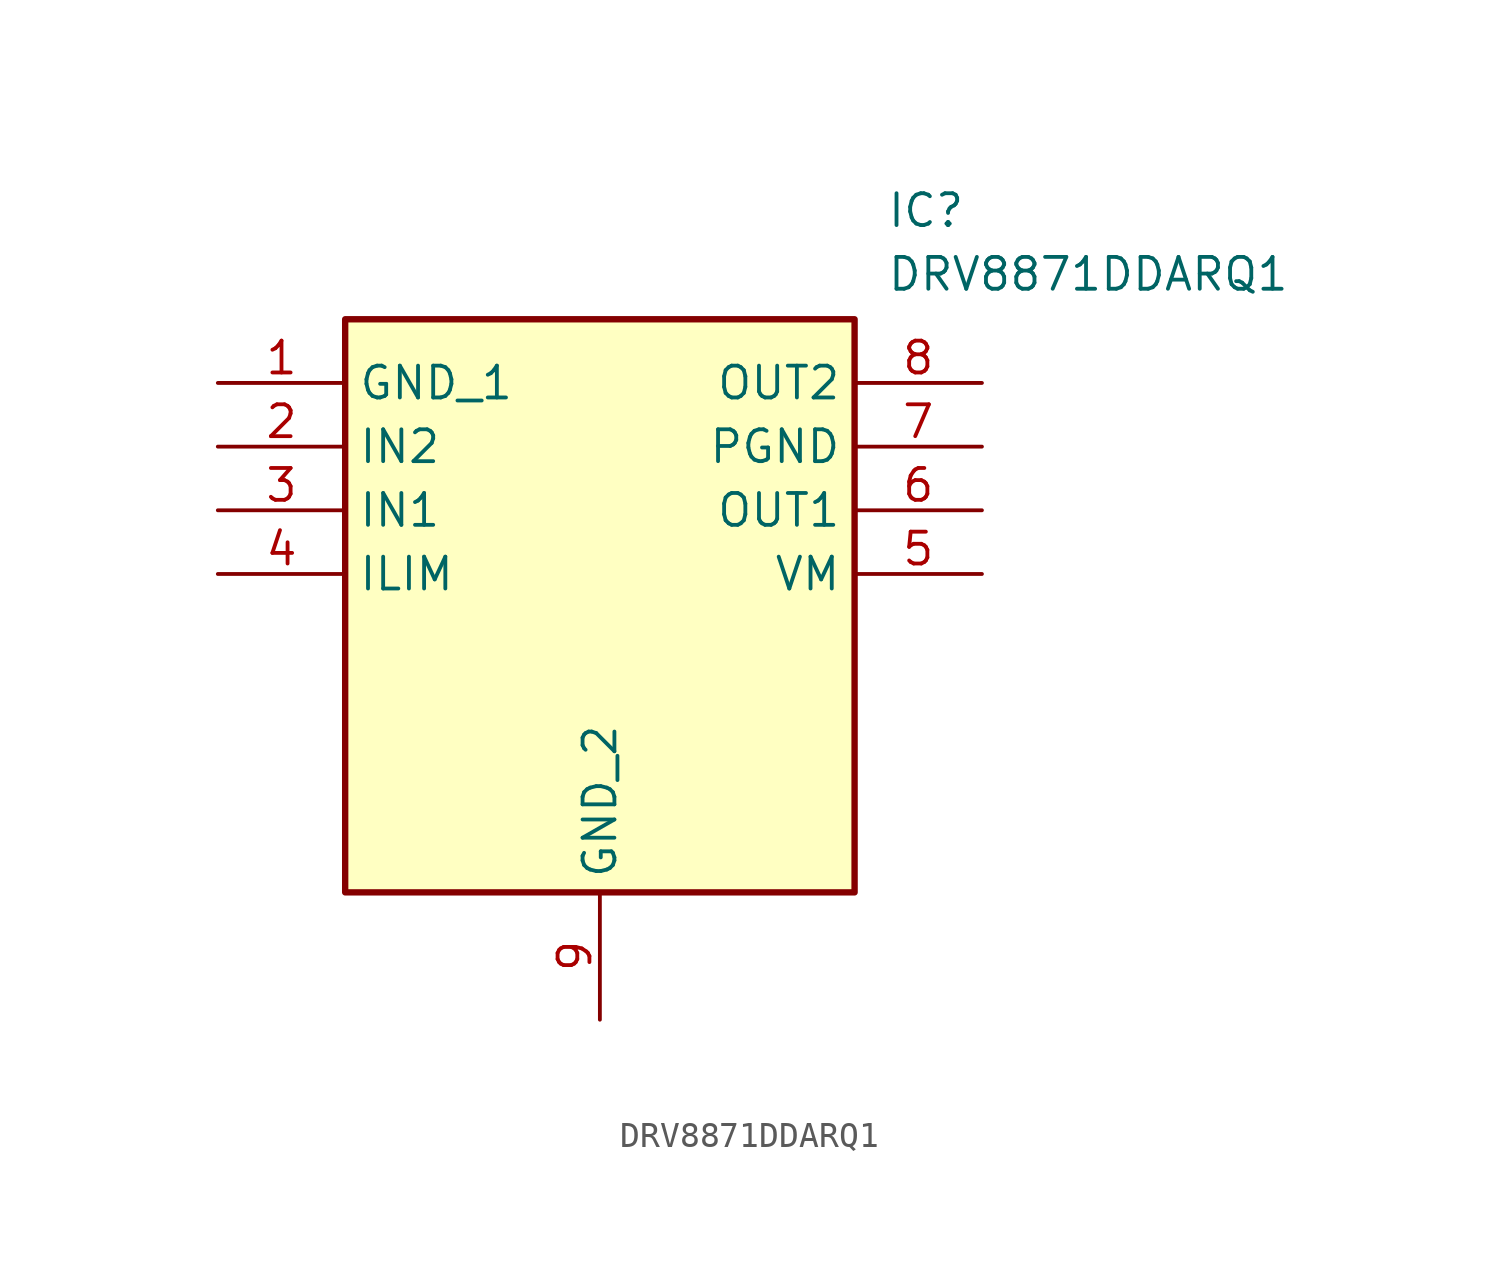
<source format=kicad_sym>
(kicad_symbol_lib
  (version 20211014)
  (generator SamacSys_ECAD_Model)
  (symbol "DRV8871DDARQ1"
    (property "Reference" "IC"
      (at 26.67 7.62 0)
      (effects (font (size 1.27 1.27)) (justify left top)))
    (property "Value" "DRV8871DDARQ1"
      (at 26.67 5.08 0)
      (effects (font (size 1.27 1.27)) (justify left top)))
    (rectangle
      (start 5.08 2.54)
      (end 25.4 -20.32)
      (stroke (width 0.254) (type default))
      (fill (type background)))
    (pin passive line
      (at 0 0 0)
      (length 5.08)
      (name "GND_1" (effects (font (size 1.27 1.27))))
      (number "1" (effects (font (size 1.27 1.27)))))
    (pin passive line
      (at 0 -2.54 0)
      (length 5.08)
      (name "IN2" (effects (font (size 1.27 1.27))))
      (number "2" (effects (font (size 1.27 1.27)))))
    (pin passive line
      (at 0 -5.08 0)
      (length 5.08)
      (name "IN1" (effects (font (size 1.27 1.27))))
      (number "3" (effects (font (size 1.27 1.27)))))
    (pin passive line
      (at 0 -7.62 0)
      (length 5.08)
      (name "ILIM" (effects (font (size 1.27 1.27))))
      (number "4" (effects (font (size 1.27 1.27)))))
    (pin passive line
      (at 15.24 -25.4 90)
      (length 5.08)
      (name "GND_2" (effects (font (size 1.27 1.27))))
      (number "9" (effects (font (size 1.27 1.27)))))
    (pin passive line
      (at 30.48 0 180)
      (length 5.08)
      (name "OUT2" (effects (font (size 1.27 1.27))))
      (number "8" (effects (font (size 1.27 1.27)))))
    (pin passive line
      (at 30.48 -2.54 180)
      (length 5.08)
      (name "PGND" (effects (font (size 1.27 1.27))))
      (number "7" (effects (font (size 1.27 1.27)))))
    (pin passive line
      (at 30.48 -5.08 180)
      (length 5.08)
      (name "OUT1" (effects (font (size 1.27 1.27))))
      (number "6" (effects (font (size 1.27 1.27)))))
    (pin passive line
      (at 30.48 -7.62 180)
      (length 5.08)
      (name "VM" (effects (font (size 1.27 1.27))))
      (number "5" (effects (font (size 1.27 1.27)))))))
</source>
